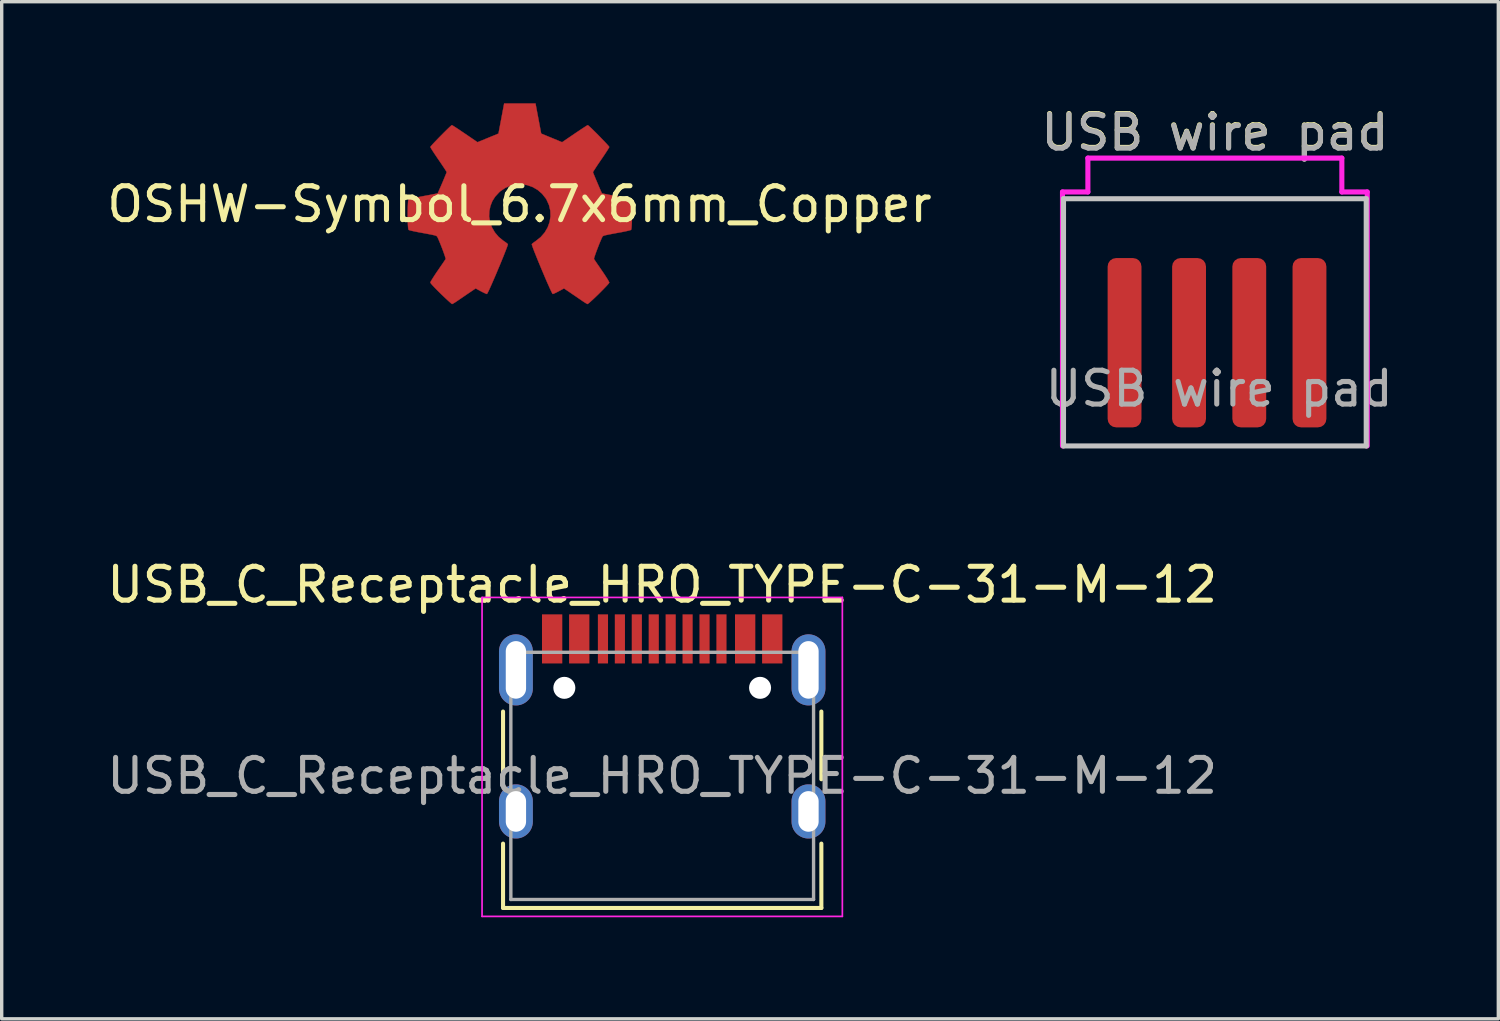
<source format=kicad_pcb>
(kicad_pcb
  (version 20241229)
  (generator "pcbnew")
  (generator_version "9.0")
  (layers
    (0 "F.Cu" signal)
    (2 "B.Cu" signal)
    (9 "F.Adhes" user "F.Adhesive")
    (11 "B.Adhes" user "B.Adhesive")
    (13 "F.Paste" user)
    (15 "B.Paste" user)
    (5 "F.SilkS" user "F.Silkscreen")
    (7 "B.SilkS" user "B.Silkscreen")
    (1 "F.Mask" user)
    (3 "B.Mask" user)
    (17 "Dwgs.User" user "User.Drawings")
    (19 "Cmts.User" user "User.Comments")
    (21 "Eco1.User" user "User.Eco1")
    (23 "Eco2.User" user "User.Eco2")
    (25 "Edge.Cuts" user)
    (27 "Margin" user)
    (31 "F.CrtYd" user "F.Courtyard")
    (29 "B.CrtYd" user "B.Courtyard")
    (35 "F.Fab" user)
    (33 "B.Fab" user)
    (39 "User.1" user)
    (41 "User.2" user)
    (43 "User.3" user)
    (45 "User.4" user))
  (footprint "USB_C_Receptacle_HRO_TYPE-C-31-M-12"
    (layer "F.Cu")
    (at 16.506 19.863)
    (property "Reference" "USB_C_Receptacle_HRO_TYPE-C-31-M-12" (at 0 -5.645 0) (layer "F.SilkS") (effects (font (size 1 1) (thickness 0.15))))
    (attr smd)
    (fp_line (start -4.7 -1.9) (end -4.7 0.1) (stroke (width 0.12) (type solid)) (layer "F.SilkS"))
    (fp_line (start -4.7 2) (end -4.7 3.9) (stroke (width 0.12) (type solid)) (layer "F.SilkS"))
    (fp_line (start -4.7 3.9) (end 4.7 3.9) (stroke (width 0.12) (type solid)) (layer "F.SilkS"))
    (fp_line (start 4.7 -1.9) (end 4.7 0.1) (stroke (width 0.12) (type solid)) (layer "F.SilkS"))
    (fp_line (start 4.7 2) (end 4.7 3.9) (stroke (width 0.12) (type solid)) (layer "F.SilkS"))
    (fp_line (start -5.32 -5.27) (end -5.32 4.15) (stroke (width 0.05) (type solid)) (layer "F.CrtYd"))
    (fp_line (start -5.32 -5.27) (end 5.32 -5.27) (stroke (width 0.05) (type solid)) (layer "F.CrtYd"))
    (fp_line (start -5.32 4.15) (end 5.32 4.15) (stroke (width 0.05) (type solid)) (layer "F.CrtYd"))
    (fp_line (start 5.32 -5.27) (end 5.32 4.15) (stroke (width 0.05) (type solid)) (layer "F.CrtYd"))
    (fp_line (start -4.47 -3.65) (end -4.47 3.65) (stroke (width 0.1) (type solid)) (layer "F.Fab"))
    (fp_line (start -4.47 -3.65) (end 4.47 -3.65) (stroke (width 0.1) (type solid)) (layer "F.Fab"))
    (fp_line (start -4.47 3.65) (end 4.47 3.65) (stroke (width 0.1) (type solid)) (layer "F.Fab"))
    (fp_line (start 4.47 -3.65) (end 4.47 3.65) (stroke (width 0.1) (type solid)) (layer "F.Fab"))
    (fp_text user "${REFERENCE}" (at 0 0 0) (layer "F.Fab") (effects (font (size 1 1) (thickness 0.15))))
    (pad "" np_thru_hole circle (at -2.89 -2.6) (size 0.65 0.65) (drill 0.65) (layers "*.Cu" "*.Mask"))
    (pad "" np_thru_hole circle (at 2.89 -2.6) (size 0.65 0.65) (drill 0.65) (layers "*.Cu" "*.Mask"))
    (pad "A1" smd rect (at -3.25 -4.045) (size 0.6 1.45) (layers "F.Cu" "F.Mask" "F.Paste"))
    (pad "A4" smd rect (at -2.45 -4.045) (size 0.6 1.45) (layers "F.Cu" "F.Mask" "F.Paste"))
    (pad "A5" smd rect (at -1.25 -4.045) (size 0.3 1.45) (layers "F.Cu" "F.Mask" "F.Paste"))
    (pad "A6" smd rect (at -0.25 -4.045) (size 0.3 1.45) (layers "F.Cu" "F.Mask" "F.Paste"))
    (pad "A7" smd rect (at 0.25 -4.045) (size 0.3 1.45) (layers "F.Cu" "F.Mask" "F.Paste"))
    (pad "A8" smd rect (at 1.25 -4.045) (size 0.3 1.45) (layers "F.Cu" "F.Mask" "F.Paste"))
    (pad "B1" smd rect (at 3.25 -4.045) (size 0.6 1.45) (layers "F.Cu" "F.Mask" "F.Paste"))
    (pad "B4" smd rect (at 2.45 -4.045) (size 0.6 1.45) (layers "F.Cu" "F.Mask" "F.Paste"))
    (pad "B5" smd rect (at 1.75 -4.045) (size 0.3 1.45) (layers "F.Cu" "F.Mask" "F.Paste"))
    (pad "B6" smd rect (at 0.75 -4.045) (size 0.3 1.45) (layers "F.Cu" "F.Mask" "F.Paste"))
    (pad "B7" smd rect (at -0.75 -4.045) (size 0.3 1.45) (layers "F.Cu" "F.Mask" "F.Paste"))
    (pad "B8" smd rect (at -1.75 -4.045) (size 0.3 1.45) (layers "F.Cu" "F.Mask" "F.Paste"))
    (pad "S1" thru_hole oval (at -4.32 -3.13) (size 1 2.1) (drill oval 0.6 1.7) (layers "*.Cu" "*.Mask"))
    (pad "S1" thru_hole oval (at -4.32 1.05) (size 1 1.6) (drill oval 0.6 1.2) (layers "*.Cu" "*.Mask"))
    (pad "S1" thru_hole oval (at 4.32 -3.13) (size 1 2.1) (drill oval 0.6 1.7) (layers "*.Cu" "*.Mask"))
    (pad "S1" thru_hole oval (at 4.32 1.05) (size 1 1.6) (drill oval 0.6 1.2) (layers "*.Cu" "*.Mask")))
  (footprint "USB wire pad"
    (layer "F.Cu")
    (at 32.827 10.119)
    (property "Reference" "USB wire pad" (at 0 -9.271 0) (unlocked yes) (layer "F.SilkS") (effects (font (size 1 1) (thickness 0.15))))
    (attr smd)
    (fp_line (start -4.47 -7.3) (end 4.47 -7.3) (stroke (width 0.15) (type solid)) (layer "Dwgs.User"))
    (fp_line (start -4.47 0) (end -4.47 -7.3) (stroke (width 0.15) (type solid)) (layer "Dwgs.User"))
    (fp_line (start -4.47 0) (end 4.47 0) (stroke (width 0.15) (type solid)) (layer "Dwgs.User"))
    (fp_line (start 4.47 0) (end 4.47 -7.3) (stroke (width 0.15) (type solid)) (layer "Dwgs.User"))
    (fp_line (start -4.5 -7.5) (end -3.75 -7.5) (stroke (width 0.15) (type solid)) (layer "F.CrtYd"))
    (fp_line (start -4.5 0) (end -4.5 -7.5) (stroke (width 0.15) (type solid)) (layer "F.CrtYd"))
    (fp_line (start -3.75 -8.5) (end 3.75 -8.5) (stroke (width 0.15) (type solid)) (layer "F.CrtYd"))
    (fp_line (start -3.75 -7.5) (end -3.75 -8.5) (stroke (width 0.15) (type solid)) (layer "F.CrtYd"))
    (fp_line (start 3.75 -8.5) (end 3.75 -7.5) (stroke (width 0.15) (type solid)) (layer "F.CrtYd"))
    (fp_line (start 4.5 -7.5) (end 3.75 -7.5) (stroke (width 0.15) (type solid)) (layer "F.CrtYd"))
    (fp_line (start 4.5 -7.5) (end 4.5 0) (stroke (width 0.15) (type solid)) (layer "F.CrtYd"))
    (fp_text user "${REFERENCE}" (at 0 -9.25 0) (layer "F.Fab") (effects (font (size 1 1) (thickness 0.15))))
    (fp_text user "${REFERENCE}" (at 0.127 -1.691 0) (unlocked yes) (layer "F.Fab") (effects (font (size 1 1) (thickness 0.15))))
    (pad "1" smd roundrect (at -2.667 -3.048) (size 1 5) (layers "F.Cu" "F.Mask" "F.Paste") (roundrect_rratio 0.25))
    (pad "2" smd roundrect (at -0.762 -3.048) (size 1 5) (layers "F.Cu" "F.Mask" "F.Paste") (roundrect_rratio 0.25))
    (pad "3" smd roundrect (at 1.016 -3.048) (size 1 5) (layers "F.Cu" "F.Mask" "F.Paste") (roundrect_rratio 0.25))
    (pad "4" smd roundrect (at 2.794 -3.048) (size 1 5) (layers "F.Cu" "F.Mask" "F.Paste") (roundrect_rratio 0.25)))
  (footprint "OSHW-Symbol_6.7x6mm_Copper"
    (layer "F.Cu")
    (at 12.292 2.981)
    (property "Reference" "OSHW-Symbol_6.7x6mm_Copper" (at 0 0 0) (layer "F.SilkS") (effects (font (size 1 1) (thickness 0.15))))
    (attr exclude_from_pos_files exclude_from_bom)
    (fp_poly (pts (xy 0.556 -2.531) (xy 0.64 -2.086) (xy 0.949 -1.959) (xy 1.258 -1.831) (xy 1.629 -2.084) (xy 1.733 -2.154) (xy 1.827 -2.217) (xy 1.907 -2.269) (xy 1.967 -2.308) (xy 2.005 -2.331) (xy 2.015 -2.336) (xy 2.034 -2.323) (xy 2.073 -2.288) (xy 2.13 -2.235) (xy 2.198 -2.168) (xy 2.274 -2.093) (xy 2.353 -2.013) (xy 2.431 -1.932) (xy 2.504 -1.857) (xy 2.567 -1.79) (xy 2.615 -1.737) (xy 2.644 -1.702) (xy 2.651 -1.69) (xy 2.641 -1.669) (xy 2.613 -1.621) (xy 2.569 -1.553) (xy 2.513 -1.468) (xy 2.448 -1.371) (xy 2.41 -1.316) (xy 2.341 -1.215) (xy 2.28 -1.124) (xy 2.23 -1.047) (xy 2.193 -0.989) (xy 2.172 -0.955) (xy 2.169 -0.948) (xy 2.176 -0.927) (xy 2.195 -0.879) (xy 2.223 -0.811) (xy 2.257 -0.729) (xy 2.295 -0.64) (xy 2.333 -0.55) (xy 2.369 -0.467) (xy 2.4 -0.396) (xy 2.423 -0.346) (xy 2.435 -0.322) (xy 2.436 -0.321) (xy 2.455 -0.316) (xy 2.505 -0.306) (xy 2.581 -0.291) (xy 2.678 -0.272) (xy 2.791 -0.251) (xy 2.856 -0.239) (xy 2.977 -0.216) (xy 3.086 -0.194) (xy 3.177 -0.174) (xy 3.246 -0.158) (xy 3.287 -0.147) (xy 3.296 -0.143) (xy 3.304 -0.119) (xy 3.31 -0.064) (xy 3.315 0.015) (xy 3.318 0.112) (xy 3.32 0.22) (xy 3.321 0.333) (xy 3.319 0.445) (xy 3.317 0.549) (xy 3.312 0.638) (xy 3.307 0.707) (xy 3.299 0.748) (xy 3.295 0.757) (xy 3.269 0.767) (xy 3.213 0.782) (xy 3.136 0.799) (xy 3.044 0.818) (xy 3.012 0.824) (xy 2.858 0.852) (xy 2.735 0.875) (xy 2.642 0.893) (xy 2.572 0.908) (xy 2.523 0.919) (xy 2.491 0.929) (xy 2.471 0.938) (xy 2.459 0.947) (xy 2.457 0.948) (xy 2.44 0.976) (xy 2.415 1.031) (xy 2.383 1.105) (xy 2.347 1.192) (xy 2.311 1.286) (xy 2.275 1.379) (xy 2.244 1.466) (xy 2.219 1.539) (xy 2.203 1.592) (xy 2.199 1.618) (xy 2.2 1.619) (xy 2.214 1.64) (xy 2.245 1.687) (xy 2.291 1.755) (xy 2.349 1.838) (xy 2.413 1.933) (xy 2.432 1.96) (xy 2.498 2.057) (xy 2.556 2.146) (xy 2.603 2.221) (xy 2.635 2.278) (xy 2.651 2.311) (xy 2.651 2.315) (xy 2.638 2.336) (xy 2.603 2.377) (xy 2.549 2.435) (xy 2.482 2.505) (xy 2.406 2.582) (xy 2.326 2.662) (xy 2.245 2.74) (xy 2.17 2.811) (xy 2.103 2.872) (xy 2.051 2.918) (xy 2.017 2.944) (xy 2.008 2.948) (xy 1.986 2.938) (xy 1.941 2.911) (xy 1.88 2.872) (xy 1.834 2.84) (xy 1.749 2.782) (xy 1.65 2.714) (xy 1.549 2.646) (xy 1.496 2.609) (xy 1.313 2.486) (xy 1.16 2.569) (xy 1.091 2.605) (xy 1.031 2.633) (xy 0.991 2.649) (xy 0.981 2.651) (xy 0.969 2.635) (xy 0.945 2.588) (xy 0.91 2.516) (xy 0.868 2.422) (xy 0.818 2.31) (xy 0.764 2.186) (xy 0.708 2.053) (xy 0.65 1.916) (xy 0.593 1.779) (xy 0.538 1.646) (xy 0.488 1.522) (xy 0.443 1.411) (xy 0.407 1.317) (xy 0.381 1.244) (xy 0.366 1.197) (xy 0.363 1.181) (xy 0.382 1.16) (xy 0.424 1.127) (xy 0.48 1.088) (xy 0.484 1.085) (xy 0.628 0.969) (xy 0.744 0.835) (xy 0.831 0.686) (xy 0.889 0.526) (xy 0.915 0.36) (xy 0.91 0.192) (xy 0.871 0.026) (xy 0.799 -0.134) (xy 0.778 -0.169) (xy 0.667 -0.309) (xy 0.536 -0.422) (xy 0.39 -0.507) (xy 0.233 -0.563) (xy 0.069 -0.589) (xy -0.097 -0.585) (xy -0.26 -0.551) (xy -0.416 -0.485) (xy -0.56 -0.388) (xy -0.605 -0.348) (xy -0.719 -0.224) (xy -0.802 -0.094) (xy -0.859 0.052) (xy -0.89 0.197) (xy -0.898 0.36) (xy -0.872 0.523) (xy -0.815 0.682) (xy -0.729 0.831) (xy -0.617 0.964) (xy -0.482 1.075) (xy -0.464 1.087) (xy -0.408 1.126) (xy -0.365 1.159) (xy -0.345 1.18) (xy -0.344 1.181) (xy -0.349 1.204) (xy -0.366 1.256) (xy -0.395 1.333) (xy -0.433 1.431) (xy -0.478 1.545) (xy -0.53 1.672) (xy -0.585 1.806) (xy -0.643 1.943) (xy -0.7 2.08) (xy -0.757 2.211) (xy -0.81 2.333) (xy -0.858 2.441) (xy -0.899 2.532) (xy -0.932 2.599) (xy -0.954 2.64) (xy -0.963 2.651) (xy -0.99 2.643) (xy -1.04 2.62) (xy -1.106 2.588) (xy -1.142 2.569) (xy -1.295 2.486) (xy -1.477 2.609) (xy -1.57 2.672) (xy -1.672 2.742) (xy -1.767 2.807) (xy -1.815 2.84) (xy -1.882 2.885) (xy -1.939 2.921) (xy -1.979 2.943) (xy -1.991 2.948) (xy -2.01 2.935) (xy -2.051 2.9) (xy -2.11 2.847) (xy -2.185 2.778) (xy -2.269 2.698) (xy -2.323 2.646) (xy -2.416 2.554) (xy -2.497 2.472) (xy -2.562 2.403) (xy -2.608 2.351) (xy -2.631 2.319) (xy -2.633 2.312) (xy -2.623 2.287) (xy -2.594 2.237) (xy -2.551 2.167) (xy -2.496 2.082) (xy -2.432 1.986) (xy -2.413 1.96) (xy -2.347 1.863) (xy -2.287 1.776) (xy -2.238 1.704) (xy -2.202 1.65) (xy -2.183 1.622) (xy -2.181 1.619) (xy -2.184 1.596) (xy -2.199 1.545) (xy -2.223 1.474) (xy -2.253 1.389) (xy -2.288 1.296) (xy -2.325 1.202) (xy -2.361 1.113) (xy -2.393 1.038) (xy -2.419 0.981) (xy -2.437 0.95) (xy -2.438 0.948) (xy -2.449 0.94) (xy -2.468 0.931) (xy -2.498 0.921) (xy -2.543 0.91) (xy -2.608 0.896) (xy -2.697 0.879) (xy -2.813 0.857) (xy -2.962 0.83) (xy -2.994 0.824) (xy -3.089 0.805) (xy -3.172 0.787) (xy -3.235 0.772) (xy -3.271 0.76) (xy -3.276 0.757) (xy -3.284 0.732) (xy -3.291 0.677) (xy -3.296 0.597) (xy -3.3 0.5) (xy -3.302 0.392) (xy -3.302 0.279) (xy -3.301 0.167) (xy -3.298 0.064) (xy -3.294 -0.026) (xy -3.289 -0.094) (xy -3.281 -0.135) (xy -3.277 -0.143) (xy -3.253 -0.152) (xy -3.197 -0.166) (xy -3.117 -0.183) (xy -3.016 -0.204) (xy -2.901 -0.227) (xy -2.838 -0.239) (xy -2.719 -0.261) (xy -2.613 -0.281) (xy -2.524 -0.298) (xy -2.46 -0.311) (xy -2.423 -0.319) (xy -2.417 -0.321) (xy -2.407 -0.34) (xy -2.386 -0.387) (xy -2.356 -0.455) (xy -2.32 -0.537) (xy -2.282 -0.626) (xy -2.244 -0.716) (xy -2.209 -0.8) (xy -2.18 -0.871) (xy -2.16 -0.922) (xy -2.151 -0.948) (xy -2.151 -0.949) (xy -2.161 -0.968) (xy -2.189 -1.014) (xy -2.233 -1.081) (xy -2.289 -1.165) (xy -2.354 -1.261) (xy -2.392 -1.316) (xy -2.461 -1.418) (xy -2.522 -1.509) (xy -2.573 -1.587) (xy -2.61 -1.647) (xy -2.63 -1.683) (xy -2.633 -1.691) (xy -2.62 -1.709) (xy -2.585 -1.75) (xy -2.533 -1.807) (xy -2.467 -1.876) (xy -2.393 -1.953) (xy -2.314 -2.033) (xy -2.235 -2.113) (xy -2.16 -2.187) (xy -2.095 -2.25) (xy -2.043 -2.299) (xy -2.008 -2.329) (xy -1.996 -2.336) (xy -1.978 -2.326) (xy -1.933 -2.298) (xy -1.866 -2.255) (xy -1.781 -2.199) (xy -1.684 -2.133) (xy -1.611 -2.084) (xy -1.24 -1.831) (xy -0.621 -2.086) (xy -0.537 -2.531) (xy -0.453 -2.976) (xy 0.472 -2.976) (xy 0.556 -2.531)) (stroke (width 0.01) (type solid)) (fill yes) (layer "F.Cu"))
    (fp_poly (pts (xy 0.556 -2.531) (xy 0.64 -2.086) (xy 0.949 -1.959) (xy 1.258 -1.831) (xy 1.629 -2.084) (xy 1.733 -2.154) (xy 1.827 -2.217) (xy 1.907 -2.269) (xy 1.967 -2.308) (xy 2.005 -2.331) (xy 2.015 -2.336) (xy 2.034 -2.323) (xy 2.073 -2.288) (xy 2.13 -2.235) (xy 2.198 -2.168) (xy 2.274 -2.093) (xy 2.353 -2.013) (xy 2.431 -1.932) (xy 2.504 -1.857) (xy 2.567 -1.79) (xy 2.615 -1.737) (xy 2.644 -1.702) (xy 2.651 -1.69) (xy 2.641 -1.669) (xy 2.613 -1.621) (xy 2.569 -1.553) (xy 2.513 -1.468) (xy 2.448 -1.371) (xy 2.41 -1.316) (xy 2.341 -1.215) (xy 2.28 -1.124) (xy 2.23 -1.047) (xy 2.193 -0.989) (xy 2.172 -0.955) (xy 2.169 -0.948) (xy 2.176 -0.927) (xy 2.195 -0.879) (xy 2.223 -0.811) (xy 2.257 -0.729) (xy 2.295 -0.64) (xy 2.333 -0.55) (xy 2.369 -0.467) (xy 2.4 -0.396) (xy 2.423 -0.346) (xy 2.435 -0.322) (xy 2.436 -0.321) (xy 2.455 -0.316) (xy 2.505 -0.306) (xy 2.581 -0.291) (xy 2.678 -0.272) (xy 2.791 -0.251) (xy 2.856 -0.239) (xy 2.977 -0.216) (xy 3.086 -0.194) (xy 3.177 -0.174) (xy 3.246 -0.158) (xy 3.287 -0.147) (xy 3.296 -0.143) (xy 3.304 -0.119) (xy 3.31 -0.064) (xy 3.315 0.015) (xy 3.318 0.112) (xy 3.32 0.22) (xy 3.321 0.333) (xy 3.319 0.445) (xy 3.317 0.549) (xy 3.312 0.638) (xy 3.307 0.707) (xy 3.299 0.748) (xy 3.295 0.757) (xy 3.269 0.767) (xy 3.213 0.782) (xy 3.136 0.799) (xy 3.044 0.818) (xy 3.012 0.824) (xy 2.858 0.852) (xy 2.735 0.875) (xy 2.642 0.893) (xy 2.572 0.908) (xy 2.523 0.919) (xy 2.491 0.929) (xy 2.471 0.938) (xy 2.459 0.947) (xy 2.457 0.948) (xy 2.44 0.976) (xy 2.415 1.031) (xy 2.383 1.105) (xy 2.347 1.192) (xy 2.311 1.286) (xy 2.275 1.379) (xy 2.244 1.466) (xy 2.219 1.539) (xy 2.203 1.592) (xy 2.199 1.618) (xy 2.2 1.619) (xy 2.214 1.64) (xy 2.245 1.687) (xy 2.291 1.755) (xy 2.349 1.838) (xy 2.413 1.933) (xy 2.432 1.96) (xy 2.498 2.057) (xy 2.556 2.146) (xy 2.603 2.221) (xy 2.635 2.278) (xy 2.651 2.311) (xy 2.651 2.315) (xy 2.638 2.336) (xy 2.603 2.377) (xy 2.549 2.435) (xy 2.482 2.505) (xy 2.406 2.582) (xy 2.326 2.662) (xy 2.245 2.74) (xy 2.17 2.811) (xy 2.103 2.872) (xy 2.051 2.918) (xy 2.017 2.944) (xy 2.008 2.948) (xy 1.986 2.938) (xy 1.941 2.911) (xy 1.88 2.872) (xy 1.834 2.84) (xy 1.749 2.782) (xy 1.65 2.714) (xy 1.549 2.646) (xy 1.496 2.609) (xy 1.313 2.486) (xy 1.16 2.569) (xy 1.091 2.605) (xy 1.031 2.633) (xy 0.991 2.649) (xy 0.981 2.651) (xy 0.969 2.635) (xy 0.945 2.588) (xy 0.91 2.516) (xy 0.868 2.422) (xy 0.818 2.31) (xy 0.764 2.186) (xy 0.708 2.053) (xy 0.65 1.916) (xy 0.593 1.779) (xy 0.538 1.646) (xy 0.488 1.522) (xy 0.443 1.411) (xy 0.407 1.317) (xy 0.381 1.244) (xy 0.366 1.197) (xy 0.363 1.181) (xy 0.382 1.16) (xy 0.424 1.127) (xy 0.48 1.088) (xy 0.484 1.085) (xy 0.628 0.969) (xy 0.744 0.835) (xy 0.831 0.686) (xy 0.889 0.526) (xy 0.915 0.36) (xy 0.91 0.192) (xy 0.871 0.026) (xy 0.799 -0.134) (xy 0.778 -0.169) (xy 0.667 -0.309) (xy 0.536 -0.422) (xy 0.39 -0.507) (xy 0.233 -0.563) (xy 0.069 -0.589) (xy -0.097 -0.585) (xy -0.26 -0.551) (xy -0.416 -0.485) (xy -0.56 -0.388) (xy -0.605 -0.348) (xy -0.719 -0.224) (xy -0.802 -0.094) (xy -0.859 0.052) (xy -0.89 0.197) (xy -0.898 0.36) (xy -0.872 0.523) (xy -0.815 0.682) (xy -0.729 0.831) (xy -0.617 0.964) (xy -0.482 1.075) (xy -0.464 1.087) (xy -0.408 1.126) (xy -0.365 1.159) (xy -0.345 1.18) (xy -0.344 1.181) (xy -0.349 1.204) (xy -0.366 1.256) (xy -0.395 1.333) (xy -0.433 1.431) (xy -0.478 1.545) (xy -0.53 1.672) (xy -0.585 1.806) (xy -0.643 1.943) (xy -0.7 2.08) (xy -0.757 2.211) (xy -0.81 2.333) (xy -0.858 2.441) (xy -0.899 2.532) (xy -0.932 2.599) (xy -0.954 2.64) (xy -0.963 2.651) (xy -0.99 2.643) (xy -1.04 2.62) (xy -1.106 2.588) (xy -1.142 2.569) (xy -1.295 2.486) (xy -1.477 2.609) (xy -1.57 2.672) (xy -1.672 2.742) (xy -1.767 2.807) (xy -1.815 2.84) (xy -1.882 2.885) (xy -1.939 2.921) (xy -1.979 2.943) (xy -1.991 2.948) (xy -2.01 2.935) (xy -2.051 2.9) (xy -2.11 2.847) (xy -2.185 2.778) (xy -2.269 2.698) (xy -2.323 2.646) (xy -2.416 2.554) (xy -2.497 2.472) (xy -2.562 2.403) (xy -2.608 2.351) (xy -2.631 2.319) (xy -2.633 2.312) (xy -2.623 2.287) (xy -2.594 2.237) (xy -2.551 2.167) (xy -2.496 2.082) (xy -2.432 1.986) (xy -2.413 1.96) (xy -2.347 1.863) (xy -2.287 1.776) (xy -2.238 1.704) (xy -2.202 1.65) (xy -2.183 1.622) (xy -2.181 1.619) (xy -2.184 1.596) (xy -2.199 1.545) (xy -2.223 1.474) (xy -2.253 1.389) (xy -2.288 1.296) (xy -2.325 1.202) (xy -2.361 1.113) (xy -2.393 1.038) (xy -2.419 0.981) (xy -2.437 0.95) (xy -2.438 0.948) (xy -2.449 0.94) (xy -2.468 0.931) (xy -2.498 0.921) (xy -2.543 0.91) (xy -2.608 0.896) (xy -2.697 0.879) (xy -2.813 0.857) (xy -2.962 0.83) (xy -2.994 0.824) (xy -3.089 0.805) (xy -3.172 0.787) (xy -3.235 0.772) (xy -3.271 0.76) (xy -3.276 0.757) (xy -3.284 0.732) (xy -3.291 0.677) (xy -3.296 0.597) (xy -3.3 0.5) (xy -3.302 0.392) (xy -3.302 0.279) (xy -3.301 0.167) (xy -3.298 0.064) (xy -3.294 -0.026) (xy -3.289 -0.094) (xy -3.281 -0.135) (xy -3.277 -0.143) (xy -3.253 -0.152) (xy -3.197 -0.166) (xy -3.117 -0.183) (xy -3.016 -0.204) (xy -2.901 -0.227) (xy -2.838 -0.239) (xy -2.719 -0.261) (xy -2.613 -0.281) (xy -2.524 -0.298) (xy -2.46 -0.311) (xy -2.423 -0.319) (xy -2.417 -0.321) (xy -2.407 -0.34) (xy -2.386 -0.387) (xy -2.356 -0.455) (xy -2.32 -0.537) (xy -2.282 -0.626) (xy -2.244 -0.716) (xy -2.209 -0.8) (xy -2.18 -0.871) (xy -2.16 -0.922) (xy -2.151 -0.948) (xy -2.151 -0.949) (xy -2.161 -0.968) (xy -2.189 -1.014) (xy -2.233 -1.081) (xy -2.289 -1.165) (xy -2.354 -1.261) (xy -2.392 -1.316) (xy -2.461 -1.418) (xy -2.522 -1.509) (xy -2.573 -1.587) (xy -2.61 -1.647) (xy -2.63 -1.683) (xy -2.633 -1.691) (xy -2.62 -1.709) (xy -2.585 -1.75) (xy -2.533 -1.807) (xy -2.467 -1.876) (xy -2.393 -1.953) (xy -2.314 -2.033) (xy -2.235 -2.113) (xy -2.16 -2.187) (xy -2.095 -2.25) (xy -2.043 -2.299) (xy -2.008 -2.329) (xy -1.996 -2.336) (xy -1.978 -2.326) (xy -1.933 -2.298) (xy -1.866 -2.255) (xy -1.781 -2.199) (xy -1.684 -2.133) (xy -1.611 -2.084) (xy -1.24 -1.831) (xy -0.621 -2.086) (xy -0.537 -2.531) (xy -0.453 -2.976) (xy 0.472 -2.976) (xy 0.556 -2.531)) (stroke (width 0.01) (type solid)) (fill yes) (layer "F.Mask")))
  (gr_rect
    (start -3 -3)
    (end 41.198 27.038)
    (stroke (width 0.1) (type default))
    (fill no)
    (layer "Edge.Cuts")))
</source>
